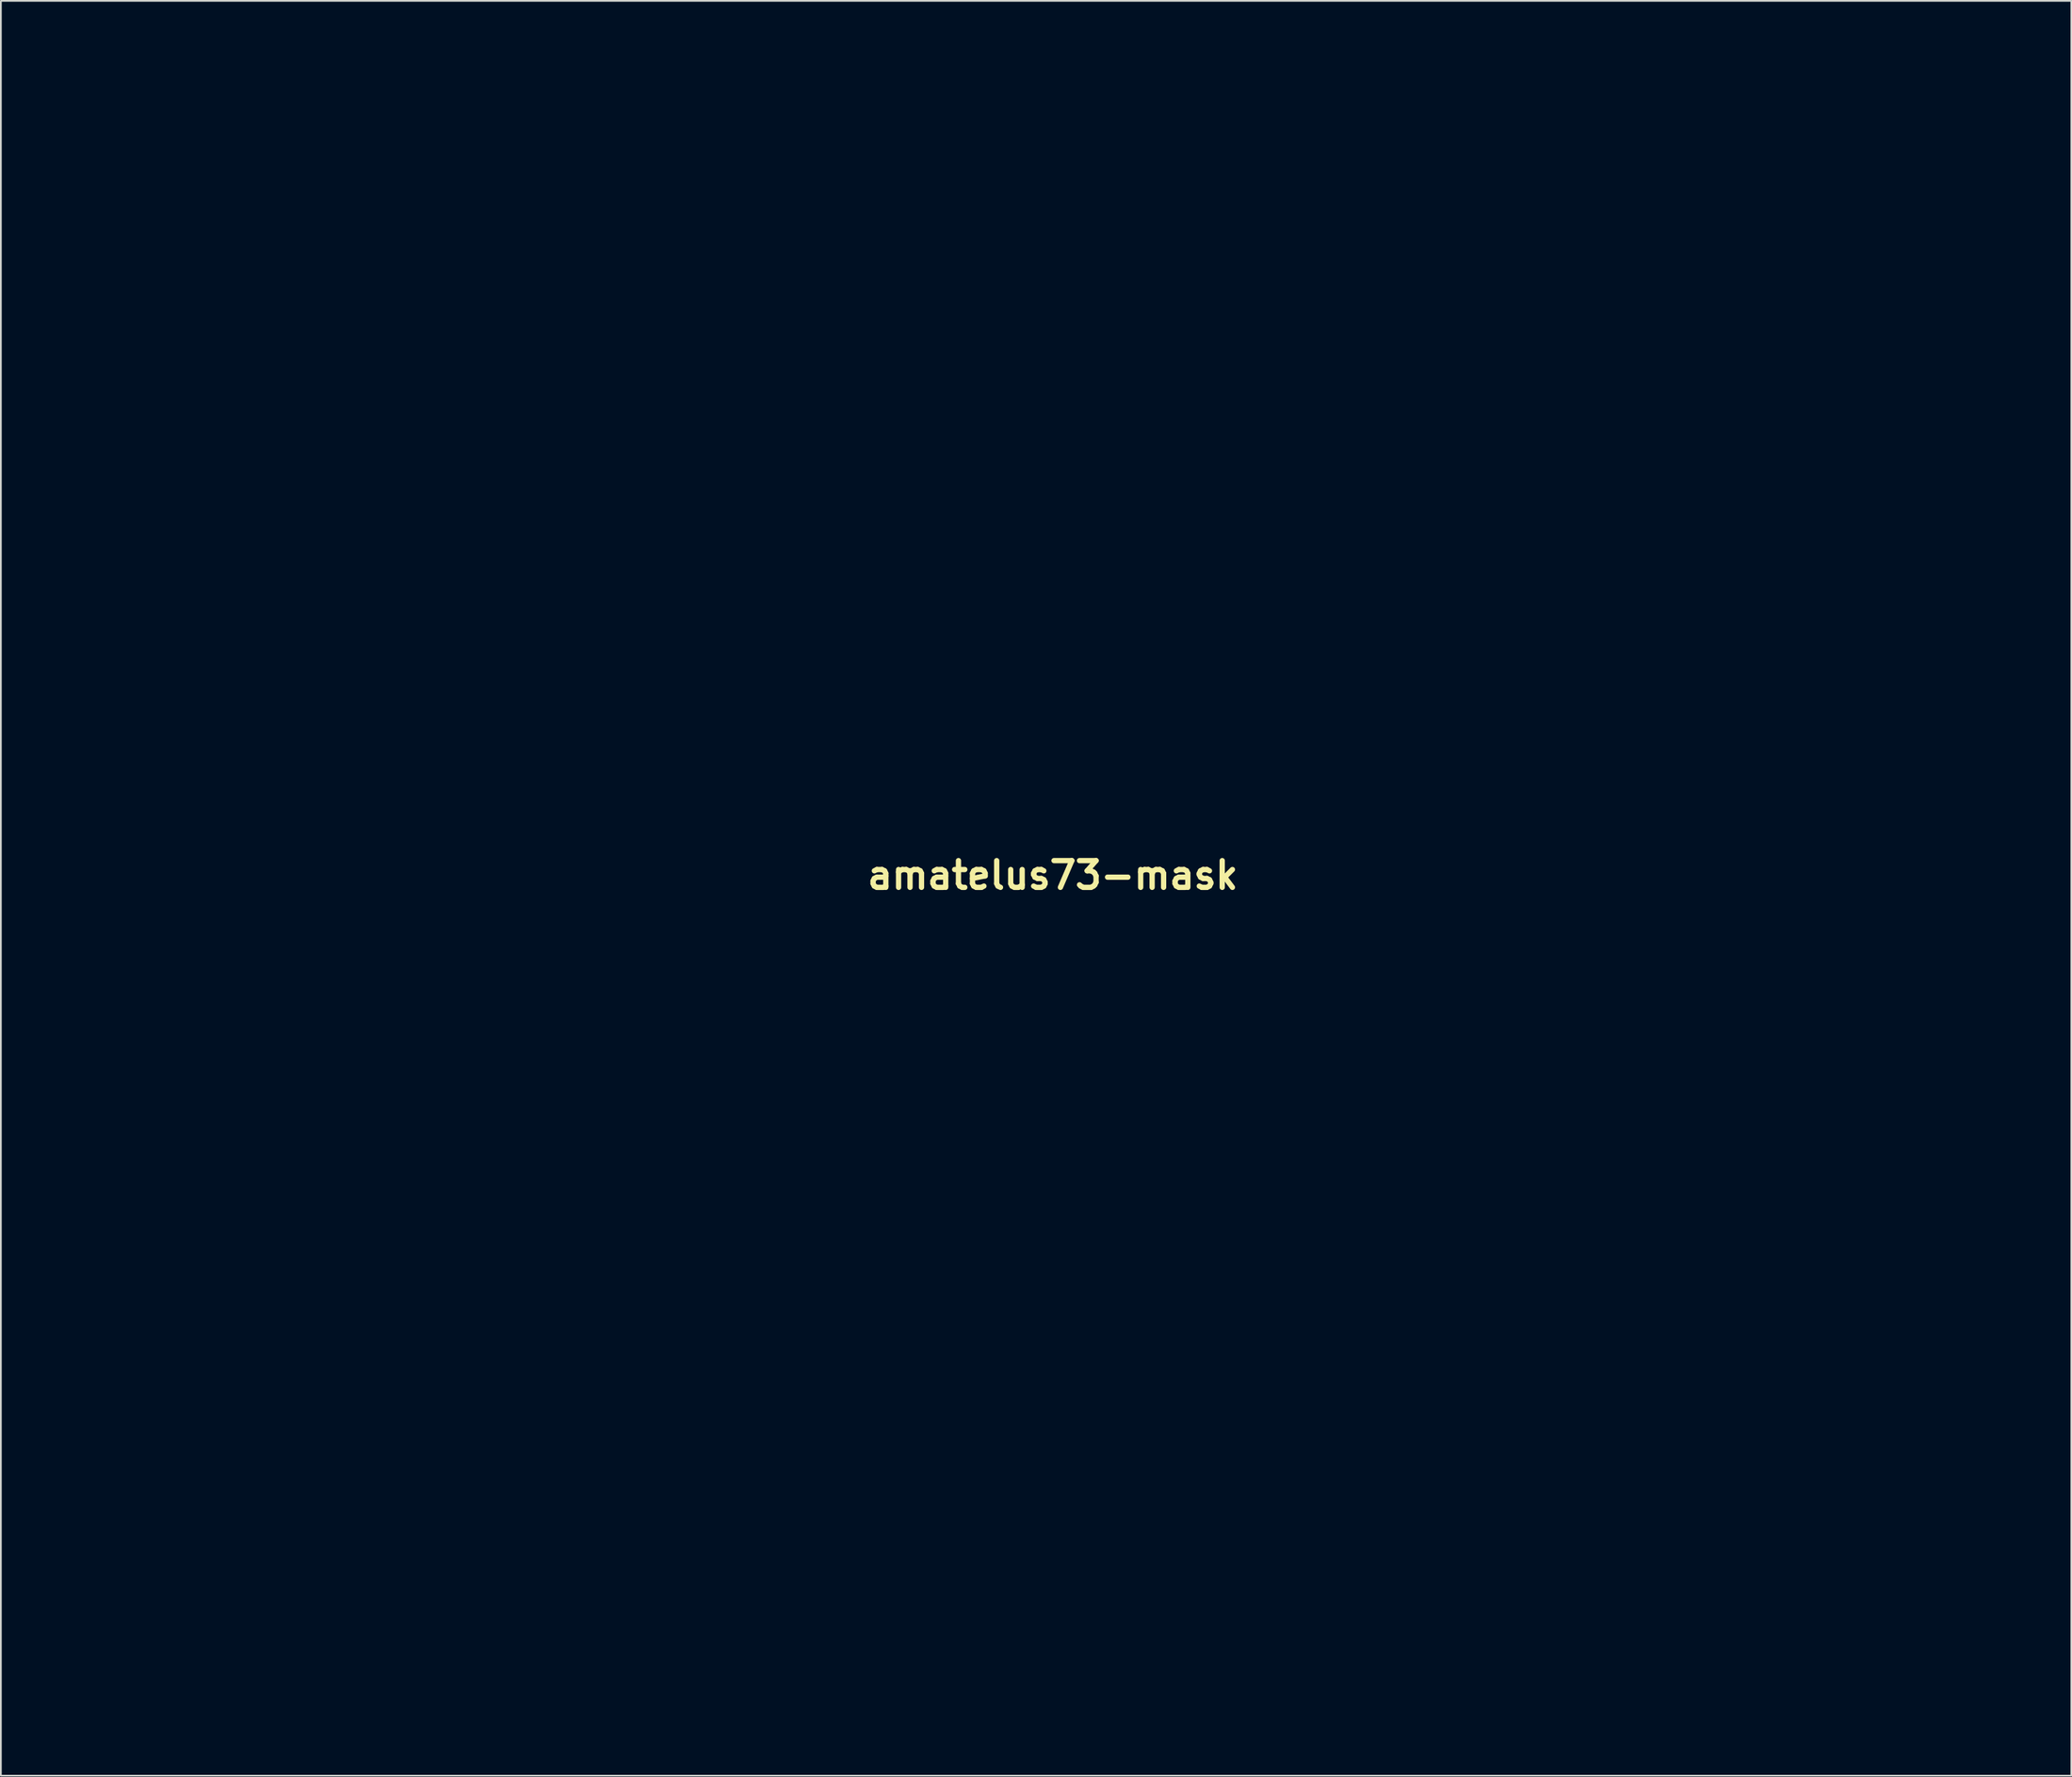
<source format=kicad_pcb>
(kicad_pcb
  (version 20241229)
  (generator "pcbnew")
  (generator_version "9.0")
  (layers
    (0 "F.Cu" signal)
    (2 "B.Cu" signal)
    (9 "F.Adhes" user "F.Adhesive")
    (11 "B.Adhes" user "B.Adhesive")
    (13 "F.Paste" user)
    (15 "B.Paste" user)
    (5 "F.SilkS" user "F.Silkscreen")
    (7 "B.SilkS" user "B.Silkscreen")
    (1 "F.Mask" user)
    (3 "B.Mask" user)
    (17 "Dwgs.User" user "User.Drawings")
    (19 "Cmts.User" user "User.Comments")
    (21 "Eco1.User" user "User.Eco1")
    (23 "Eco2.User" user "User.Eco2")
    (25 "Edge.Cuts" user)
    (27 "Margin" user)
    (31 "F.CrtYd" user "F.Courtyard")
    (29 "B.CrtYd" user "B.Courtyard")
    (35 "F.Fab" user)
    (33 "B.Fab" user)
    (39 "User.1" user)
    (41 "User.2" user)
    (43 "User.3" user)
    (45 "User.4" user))
  (footprint "amatelus73-mask"
    (layer "F.Cu")
    (at 56.908 46.824)
    (property "Reference" "amatelus73-mask" (at 0 0 0) (layer "F.SilkS") (effects (font (size 1.524 1.524) (thickness 0.3))))
    (attr through_hole)
    (fp_poly (pts (xy 4.921 6.032) (xy 6.509 6.032) (xy 6.509 7.62) (xy 5.199 7.618) (xy 3.889 7.616) (xy 3.532 7.065) (xy 3.448 6.93) (xy 3.378 6.789) (xy 3.321 6.614) (xy 3.276 6.376) (xy 3.241 6.043) (xy 3.215 5.588) (xy 3.197 4.981) (xy 3.186 4.192) (xy 3.179 3.191) (xy 3.176 1.951) (xy 3.175 0.44) (xy 3.175 -0.633) (xy 3.175 -7.779) (xy 4.921 -7.779) (xy 4.921 6.032)) (stroke (width 0.01) (type solid)) (fill yes) (layer "F.Mask"))
    (fp_poly (pts (xy 43.18 -5.152) (xy 43.178 -4.213) (xy 43.167 -3.535) (xy 43.14 -3.059) (xy 43.087 -2.731) (xy 43.002 -2.491) (xy 42.877 -2.285) (xy 42.764 -2.133) (xy 42.349 -1.587) (xy 43.18 -1.587) (xy 43.18 7.62) (xy 37.148 7.62) (xy 37.148 6.032) (xy 41.434 6.032) (xy 41.434 -1.27) (xy 37.465 -1.27) (xy 37.465 -2.857) (xy 41.434 -2.857) (xy 41.434 -6.032) (xy 36.971 -6.032) (xy 37.02 -6.787) (xy 37.068 -7.541) (xy 40.124 -7.584) (xy 43.18 -7.627) (xy 43.18 -5.152)) (stroke (width 0.01) (type solid)) (fill yes) (layer "F.Mask"))
    (fp_poly (pts (xy -10.477 -4.445) (xy -8.255 -4.445) (xy -8.255 -2.857) (xy -10.477 -2.857) (xy -10.477 1.28) (xy -10.471 2.615) (xy -10.452 3.748) (xy -10.423 4.652) (xy -10.382 5.301) (xy -10.333 5.668) (xy -10.313 5.725) (xy -10.167 5.897) (xy -9.908 5.992) (xy -9.455 6.029) (xy -9.123 6.032) (xy -8.096 6.032) (xy -8.096 7.62) (xy -10.927 7.62) (xy -11.496 6.845) (xy -12.065 6.069) (xy -12.065 -2.857) (xy -13.494 -2.857) (xy -13.494 -4.445) (xy -12.065 -4.445) (xy -12.065 -7.461) (xy -10.477 -7.461) (xy -10.477 -4.445)) (stroke (width 0.01) (type solid)) (fill yes) (layer "F.Mask"))
    (fp_poly (pts (xy 10.639 0.833) (xy 10.644 2.044) (xy 10.656 3.156) (xy 10.675 4.129) (xy 10.7 4.922) (xy 10.729 5.494) (xy 10.761 5.805) (xy 10.773 5.844) (xy 11.041 5.984) (xy 11.57 6.005) (xy 11.604 6.003) (xy 12.303 5.953) (xy 13.883 3.096) (xy 13.935 -0.437) (xy 13.987 -3.969) (xy 15.557 -3.969) (xy 15.557 7.779) (xy 13.97 7.779) (xy 13.963 6.945) (xy 13.955 6.112) (xy 13.563 6.866) (xy 13.17 7.62) (xy 11.625 7.614) (xy 10.081 7.608) (xy 9.565 6.906) (xy 9.049 6.205) (xy 9.049 -3.969) (xy 10.636 -3.969) (xy 10.639 0.833)) (stroke (width 0.01) (type solid)) (fill yes) (layer "F.Mask"))
    (fp_poly (pts (xy -38.887 -3.413) (xy -38.89 2.103) (xy -38.894 7.62) (xy -40.64 7.62) (xy -40.64 0.635) (xy -44.45 0.635) (xy -44.45 7.62) (xy -46.038 7.62) (xy -46.034 1.945) (xy -46.031 -2.209) (xy -44.451 -2.209) (xy -44.436 -1.66) (xy -44.396 -1.244) (xy -44.344 -1.058) (xy -44.152 -1.016) (xy -43.71 -0.982) (xy -43.087 -0.959) (xy -42.439 -0.953) (xy -40.64 -0.953) (xy -40.64 -2.128) (xy -40.665 -2.82) (xy -40.76 -3.403) (xy -40.957 -4.021) (xy -41.171 -4.549) (xy -41.702 -5.794) (xy -42.492 -5.841) (xy -43.282 -5.888) (xy -43.867 -4.571) (xy -44.173 -3.837) (xy -44.352 -3.258) (xy -44.435 -2.715) (xy -44.451 -2.209) (xy -46.031 -2.209) (xy -46.03 -3.731) (xy -45.198 -5.636) (xy -44.366 -7.541) (xy -42.533 -7.585) (xy -40.699 -7.63) (xy -38.887 -3.413)) (stroke (width 0.01) (type solid)) (fill yes) (layer "F.Mask"))
    (fp_poly (pts (xy 0.06 -3.11) (xy 0.794 -2.251) (xy 0.794 1.746) (xy -4.286 1.746) (xy -4.286 2.964) (xy -4.274 3.613) (xy -4.214 4.07) (xy -4.072 4.463) (xy -3.812 4.916) (xy -3.691 5.106) (xy -3.096 6.03) (xy -1.31 6.031) (xy 0.476 6.032) (xy 0.476 7.779) (xy -3.785 7.779) (xy -4.83 6.271) (xy -5.874 4.763) (xy -5.874 -0.462) (xy -4.286 -0.462) (xy -4.286 0.328) (xy -2.5 0.283) (xy -0.714 0.238) (xy -0.666 -0.6) (xy -0.667 -1.17) (xy -0.771 -1.57) (xy -0.984 -1.901) (xy -1.2 -2.144) (xy -1.429 -2.283) (xy -1.765 -2.349) (xy -2.3 -2.371) (xy -2.485 -2.372) (xy -3.62 -2.381) (xy -3.953 -1.817) (xy -4.234 -1.042) (xy -4.286 -0.462) (xy -5.874 -0.462) (xy -5.874 -1.71) (xy -5.199 -2.834) (xy -4.524 -3.957) (xy -2.599 -3.963) (xy -0.674 -3.969) (xy 0.06 -3.11)) (stroke (width 0.01) (type solid)) (fill yes) (layer "F.Mask"))
    (fp_poly (pts (xy 23.812 -2.391) (xy 21.868 -2.346) (xy 19.923 -2.302) (xy 19.876 -1.216) (xy 19.877 -0.546) (xy 19.941 -0.076) (xy 20.014 0.094) (xy 20.24 0.219) (xy 20.692 0.291) (xy 21.411 0.317) (xy 21.523 0.318) (xy 22.846 0.318) (xy 23.647 1.307) (xy 24.448 2.297) (xy 24.448 5.456) (xy 23.693 6.615) (xy 22.939 7.775) (xy 20.677 7.777) (xy 18.415 7.779) (xy 18.415 6.191) (xy 20.311 6.191) (xy 21.228 6.183) (xy 21.874 6.13) (xy 22.296 5.988) (xy 22.543 5.712) (xy 22.66 5.261) (xy 22.695 4.589) (xy 22.696 3.973) (xy 22.682 3.131) (xy 22.619 2.555) (xy 22.462 2.195) (xy 22.169 2) (xy 21.697 1.92) (xy 21.003 1.903) (xy 20.937 1.903) (xy 19.606 1.901) (xy 18.852 0.993) (xy 18.469 0.521) (xy 18.244 0.172) (xy 18.135 -0.172) (xy 18.1 -0.628) (xy 18.098 -1.11) (xy 18.104 -1.726) (xy 18.152 -2.137) (xy 18.282 -2.458) (xy 18.534 -2.801) (xy 18.824 -3.138) (xy 19.551 -3.969) (xy 23.812 -3.969) (xy 23.812 -2.391)) (stroke (width 0.01) (type solid)) (fill yes) (layer "F.Mask"))
    (fp_poly (pts (xy 33.972 -4.73) (xy 32.411 -2.563) (xy 31.887 -1.834) (xy 31.426 -1.189) (xy 31.061 -0.676) (xy 30.826 -0.339) (xy 30.755 -0.232) (xy 30.714 -0.029) (xy 30.656 0.439) (xy 30.584 1.123) (xy 30.505 1.971) (xy 30.424 2.933) (xy 30.411 3.102) (xy 30.329 4.121) (xy 30.249 5.074) (xy 30.176 5.901) (xy 30.116 6.54) (xy 30.075 6.928) (xy 30.072 6.945) (xy 29.984 7.62) (xy 29.2 7.62) (xy 28.732 7.606) (xy 28.5 7.537) (xy 28.422 7.376) (xy 28.416 7.248) (xy 28.43 6.954) (xy 28.466 6.414) (xy 28.522 5.681) (xy 28.592 4.808) (xy 28.672 3.847) (xy 28.758 2.852) (xy 28.844 1.875) (xy 28.926 0.969) (xy 29 0.187) (xy 29.061 -0.418) (xy 29.104 -0.794) (xy 29.12 -0.89) (xy 29.231 -1.072) (xy 29.496 -1.463) (xy 29.884 -2.015) (xy 30.36 -2.681) (xy 30.704 -3.156) (xy 31.219 -3.882) (xy 31.659 -4.538) (xy 31.993 -5.074) (xy 32.189 -5.44) (xy 32.226 -5.56) (xy 32.211 -5.676) (xy 32.135 -5.759) (xy 31.954 -5.815) (xy 31.622 -5.849) (xy 31.094 -5.866) (xy 30.326 -5.873) (xy 29.607 -5.874) (xy 26.988 -5.874) (xy 26.988 -7.461) (xy 33.972 -7.461) (xy 33.972 -4.73)) (stroke (width 0.01) (type solid)) (fill yes) (layer "F.Mask"))
    (fp_poly (pts (xy -19.699 -3.968) (xy -17.701 -3.967) (xy -17.185 -2.561) (xy -16.919 -1.784) (xy -16.762 -1.149) (xy -16.686 -0.512) (xy -16.667 0.256) (xy -16.634 0.994) (xy -16.543 1.96) (xy -16.404 3.071) (xy -16.226 4.246) (xy -16.192 4.445) (xy -16.039 5.363) (xy -15.906 6.185) (xy -15.802 6.855) (xy -15.737 7.316) (xy -15.718 7.501) (xy -15.781 7.679) (xy -16.022 7.761) (xy -16.416 7.779) (xy -17.116 7.779) (xy -17.3 6.628) (xy -17.44 5.784) (xy -17.554 5.245) (xy -17.666 5.002) (xy -17.799 5.046) (xy -17.978 5.368) (xy -18.225 5.96) (xy -18.334 6.236) (xy -18.945 7.779) (xy -20.509 7.779) (xy -21.228 7.774) (xy -21.693 7.752) (xy -21.968 7.698) (xy -22.116 7.599) (xy -22.2 7.443) (xy -22.209 7.422) (xy -22.552 6.504) (xy -22.803 5.794) (xy -22.976 5.21) (xy -23.086 4.672) (xy -23.146 4.098) (xy -23.172 3.407) (xy -23.179 2.518) (xy -23.179 2.015) (xy -23.181 -0.399) (xy -21.61 -0.399) (xy -21.555 2.301) (xy -21.528 3.369) (xy -21.489 4.172) (xy -21.436 4.763) (xy -21.361 5.194) (xy -21.26 5.518) (xy -21.222 5.605) (xy -21.017 5.989) (xy -20.804 6.151) (xy -20.468 6.168) (xy -20.38 6.161) (xy -20.146 6.132) (xy -19.965 6.061) (xy -19.804 5.898) (xy -19.628 5.596) (xy -19.405 5.106) (xy -19.101 4.38) (xy -19.037 4.225) (xy -18.715 3.439) (xy -18.497 2.854) (xy -18.362 2.379) (xy -18.29 1.923) (xy -18.261 1.394) (xy -18.255 0.703) (xy -18.255 0.653) (xy -18.283 -0.391) (xy -18.371 -1.184) (xy -18.525 -1.786) (xy -18.795 -2.54) (xy -20.608 -2.54) (xy -21.109 -1.469) (xy -21.61 -0.399) (xy -23.181 -0.399) (xy -23.181 -0.714) (xy -22.439 -2.342) (xy -21.697 -3.969) (xy -19.699 -3.968)) (stroke (width 0.01) (type solid)) (fill yes) (layer "F.Mask"))
    (fp_poly (pts (xy -35.282 -4.097) (xy -34.528 -4.048) (xy -34.547 -3.413) (xy -34.549 -3.037) (xy -34.512 -2.944) (xy -34.42 -3.101) (xy -34.405 -3.132) (xy -34.182 -3.438) (xy -33.989 -3.559) (xy -33.601 -3.654) (xy -33.091 -3.758) (xy -32.552 -3.853) (xy -32.078 -3.925) (xy -31.761 -3.958) (xy -31.685 -3.951) (xy -31.589 -3.786) (xy -31.399 -3.427) (xy -31.234 -3.103) (xy -30.838 -2.316) (xy -30.517 -2.944) (xy -30.35 -3.247) (xy -30.176 -3.446) (xy -29.92 -3.582) (xy -29.506 -3.692) (xy -28.859 -3.818) (xy -28.817 -3.825) (xy -28.253 -3.936) (xy -27.856 -4.001) (xy -27.572 -3.982) (xy -27.342 -3.846) (xy -27.113 -3.556) (xy -26.826 -3.076) (xy -26.428 -2.372) (xy -26.369 -2.27) (xy -25.712 -1.127) (xy -25.797 7.699) (xy -26.551 7.748) (xy -27.305 7.796) (xy -27.305 3.575) (xy -27.306 2.308) (xy -27.31 1.316) (xy -27.321 0.556) (xy -27.343 -0.012) (xy -27.378 -0.431) (xy -27.43 -0.744) (xy -27.503 -0.993) (xy -27.598 -1.22) (xy -27.699 -1.423) (xy -27.964 -1.925) (xy -28.167 -2.198) (xy -28.385 -2.3) (xy -28.696 -2.288) (xy -28.848 -2.266) (xy -29.228 -2.139) (xy -29.54 -1.841) (xy -29.761 -1.502) (xy -29.883 -1.287) (xy -29.978 -1.083) (xy -30.048 -0.847) (xy -30.098 -0.538) (xy -30.131 -0.113) (xy -30.15 0.471) (xy -30.159 1.255) (xy -30.162 2.283) (xy -30.163 3.243) (xy -30.163 7.303) (xy -31.75 7.303) (xy -31.75 3.328) (xy -31.751 2.103) (xy -31.756 1.15) (xy -31.768 0.427) (xy -31.792 -0.111) (xy -31.831 -0.507) (xy -31.889 -0.806) (xy -31.97 -1.052) (xy -32.077 -1.288) (xy -32.15 -1.434) (xy -32.424 -1.913) (xy -32.663 -2.154) (xy -32.932 -2.222) (xy -32.942 -2.223) (xy -33.171 -2.176) (xy -33.377 -1.999) (xy -33.609 -1.632) (xy -33.852 -1.151) (xy -34.369 -0.079) (xy -34.449 3.81) (xy -34.528 7.699) (xy -35.282 7.748) (xy -36.036 7.796) (xy -36.036 -4.145) (xy -35.282 -4.097)) (stroke (width 0.01) (type solid)) (fill yes) (layer "F.Mask"))
    (fp_poly (pts (xy 32.498 11.787) (xy 55.007 11.827) (xy 53.419 12.779) (xy 25.849 12.938) (xy 27.658 14.446) (xy 28.983 15.552) (xy 30.328 16.676) (xy 31.669 17.798) (xy 32.982 18.898) (xy 34.241 19.953) (xy 35.421 20.945) (xy 36.499 21.851) (xy 37.449 22.652) (xy 38.247 23.326) (xy 38.868 23.853) (xy 39.288 24.212) (xy 39.449 24.353) (xy 40.084 24.922) (xy 38.814 24.464) (xy 38.339 24.29) (xy 37.7 24.05) (xy 36.883 23.74) (xy 35.87 23.352) (xy 34.644 22.88) (xy 33.19 22.317) (xy 31.491 21.658) (xy 29.531 20.896) (xy 27.292 20.024) (xy 27.146 19.968) (xy 24.667 19.002) (xy 22.468 18.147) (xy 20.534 17.396) (xy 18.851 16.743) (xy 17.402 16.183) (xy 16.174 15.71) (xy 15.149 15.318) (xy 14.315 15.001) (xy 13.654 14.753) (xy 13.153 14.57) (xy 12.795 14.444) (xy 12.567 14.37) (xy 12.452 14.342) (xy 12.431 14.344) (xy 12.471 14.506) (xy 12.616 14.954) (xy 12.863 15.674) (xy 13.208 16.656) (xy 13.645 17.886) (xy 14.171 19.352) (xy 14.78 21.042) (xy 15.47 22.944) (xy 16.235 25.045) (xy 17.07 27.334) (xy 17.972 29.797) (xy 18.252 30.559) (xy 19.139 32.982) (xy 19.919 35.122) (xy 20.591 36.976) (xy 21.155 38.544) (xy 21.609 39.822) (xy 21.954 40.81) (xy 22.188 41.506) (xy 22.311 41.908) (xy 22.33 42.017) (xy 22.289 41.991) (xy 22.183 41.881) (xy 22.002 41.675) (xy 21.736 41.361) (xy 21.376 40.927) (xy 20.91 40.361) (xy 20.331 39.649) (xy 19.627 38.782) (xy 18.789 37.745) (xy 17.807 36.527) (xy 16.67 35.116) (xy 15.37 33.499) (xy 13.896 31.665) (xy 12.239 29.601) (xy 11.351 28.496) (xy 9.882 26.667) (xy 8.6 25.075) (xy 7.494 23.708) (xy 6.555 22.553) (xy 5.773 21.597) (xy 5.137 20.829) (xy 4.637 20.237) (xy 4.264 19.808) (xy 4.007 19.53) (xy 3.856 19.39) (xy 3.811 19.367) (xy 3.778 19.396) (xy 3.737 19.497) (xy 3.683 19.695) (xy 3.612 20.011) (xy 3.519 20.469) (xy 3.401 21.092) (xy 3.252 21.904) (xy 3.069 22.928) (xy 2.847 24.186) (xy 2.582 25.702) (xy 2.269 27.499) (xy 2.137 28.258) (xy 1.718 30.671) (xy 1.348 32.799) (xy 1.023 34.665) (xy 0.739 36.298) (xy 0.491 37.722) (xy 0.274 38.965) (xy 0.084 40.052) (xy -0.084 41.01) (xy -0.235 41.864) (xy -0.372 42.641) (xy -0.501 43.368) (xy -0.627 44.07) (xy -0.738 44.688) (xy -0.968 45.934) (xy -1.167 46.931) (xy -1.33 47.667) (xy -1.456 48.128) (xy -1.54 48.303) (xy -1.58 48.179) (xy -1.583 48.117) (xy -1.607 47.917) (xy -1.675 47.437) (xy -1.781 46.711) (xy -1.921 45.772) (xy -2.09 44.653) (xy -2.281 43.389) (xy -2.491 42.012) (xy -2.614 41.212) (xy -2.879 39.482) (xy -3.17 37.584) (xy -3.473 35.601) (xy -3.776 33.617) (xy -4.066 31.712) (xy -4.331 29.972) (xy -4.519 28.734) (xy -4.865 26.47) (xy -5.168 24.513) (xy -5.429 22.863) (xy -5.648 21.522) (xy -5.824 20.49) (xy -5.957 19.77) (xy -6.047 19.362) (xy -6.084 19.263) (xy -6.14 19.28) (xy -6.266 19.387) (xy -6.474 19.597) (xy -6.775 19.923) (xy -7.179 20.379) (xy -7.697 20.977) (xy -8.341 21.729) (xy -9.122 22.65) (xy -10.05 23.751) (xy -11.136 25.045) (xy -12.393 26.546) (xy -13.83 28.266) (xy -15.411 30.163) (xy -17.049 32.127) (xy -18.496 33.861) (xy -19.763 35.378) (xy -20.862 36.692) (xy -21.804 37.818) (xy -22.602 38.768) (xy -23.266 39.556) (xy -23.809 40.197) (xy -24.242 40.703) (xy -24.577 41.089) (xy -24.825 41.369) (xy -24.998 41.556) (xy -25.108 41.663) (xy -25.166 41.706) (xy -25.181 41.706) (xy -25.184 41.677) (xy -25.166 41.602) (xy -25.121 41.459) (xy -25.041 41.232) (xy -24.92 40.901) (xy -24.749 40.448) (xy -24.522 39.854) (xy -24.233 39.101) (xy -23.872 38.17) (xy -23.435 37.042) (xy -22.912 35.699) (xy -22.298 34.122) (xy -21.585 32.292) (xy -20.766 30.192) (xy -20.476 29.448) (xy -19.514 26.982) (xy -18.661 24.794) (xy -17.911 22.869) (xy -17.258 21.189) (xy -16.695 19.739) (xy -16.215 18.5) (xy -15.813 17.457) (xy -15.481 16.592) (xy -15.214 15.89) (xy -15.005 15.333) (xy -14.847 14.904) (xy -14.735 14.588) (xy -14.662 14.366) (xy -14.62 14.224) (xy -14.605 14.143) (xy -14.605 14.131) (xy -14.739 14.115) (xy -15.092 14.2) (xy -15.587 14.368) (xy -15.597 14.372) (xy -15.992 14.52) (xy -16.639 14.76) (xy -17.494 15.076) (xy -18.512 15.451) (xy -19.646 15.869) (xy -20.853 16.312) (xy -21.431 16.525) (xy -22.866 17.052) (xy -24.438 17.63) (xy -26.06 18.226) (xy -27.644 18.81) (xy -29.103 19.348) (xy -30.321 19.798) (xy -32.015 20.422) (xy -33.704 21.042) (xy -35.344 21.642) (xy -36.892 22.206) (xy -38.306 22.719) (xy -39.542 23.164) (xy -40.558 23.526) (xy -41.167 23.741) (xy -41.683 23.905) (xy -42.05 23.991) (xy -42.2 23.984) (xy -42.199 23.974) (xy -42.067 23.843) (xy -41.717 23.538) (xy -41.179 23.085) (xy -40.482 22.508) (xy -39.656 21.832) (xy -38.732 21.082) (xy -38.499 20.895) (xy -36.626 20.895) (xy -36.456 20.876) (xy -36.089 20.761) (xy -35.783 20.645) (xy -35.455 20.518) (xy -34.869 20.297) (xy -34.063 19.997) (xy -33.077 19.631) (xy -31.951 19.215) (xy -30.724 18.763) (xy -29.527 18.324) (xy -28.071 17.79) (xy -26.529 17.224) (xy -24.971 16.651) (xy -23.466 16.097) (xy -22.086 15.589) (xy -20.899 15.151) (xy -20.399 14.967) (xy -18.862 14.399) (xy -17.593 13.936) (xy -16.564 13.571) (xy -15.748 13.297) (xy -15.116 13.108) (xy -14.638 12.996) (xy -14.287 12.957) (xy -14.034 12.982) (xy -13.851 13.066) (xy -13.709 13.201) (xy -13.579 13.382) (xy -13.571 13.395) (xy -13.477 13.559) (xy -13.428 13.734) (xy -13.435 13.965) (xy -13.509 14.296) (xy -13.662 14.771) (xy -13.904 15.432) (xy -14.247 16.325) (xy -14.443 16.828) (xy -14.768 17.663) (xy -15.174 18.706) (xy -15.625 19.867) (xy -16.088 21.057) (xy -16.528 22.188) (xy -16.542 22.225) (xy -17.013 23.437) (xy -17.555 24.83) (xy -18.123 26.289) (xy -18.672 27.698) (xy -19.139 28.892) (xy -19.778 30.53) (xy -20.31 31.897) (xy -20.745 33.016) (xy -21.092 33.913) (xy -21.359 34.612) (xy -21.557 35.138) (xy -21.694 35.514) (xy -21.78 35.766) (xy -21.823 35.917) (xy -21.833 35.992) (xy -21.827 36.011) (xy -21.792 36.016) (xy -21.722 35.97) (xy -21.598 35.851) (xy -21.402 35.639) (xy -21.116 35.311) (xy -20.721 34.847) (xy -20.198 34.225) (xy -19.53 33.424) (xy -18.698 32.422) (xy -17.684 31.199) (xy -17.602 31.1) (xy -15.857 28.996) (xy -14.302 27.123) (xy -12.926 25.47) (xy -11.717 24.023) (xy -10.664 22.769) (xy -9.754 21.694) (xy -8.978 20.787) (xy -8.322 20.032) (xy -7.776 19.418) (xy -7.329 18.931) (xy -6.968 18.558) (xy -6.683 18.286) (xy -6.461 18.102) (xy -6.292 17.992) (xy -6.164 17.944) (xy -6.113 17.939) (xy -5.802 17.951) (xy -5.556 18.011) (xy -5.359 18.157) (xy -5.196 18.425) (xy -5.051 18.851) (xy -4.911 19.473) (xy -4.759 20.328) (xy -4.58 21.451) (xy -4.534 21.749) (xy -4.052 24.872) (xy -3.617 27.698) (xy -3.228 30.242) (xy -2.881 32.522) (xy -2.575 34.552) (xy -2.307 36.35) (xy -2.13 37.544) (xy -1.97 38.618) (xy -1.82 39.594) (xy -1.688 40.426) (xy -1.58 41.069) (xy -1.504 41.475) (xy -1.475 41.593) (xy -1.431 41.621) (xy -1.37 41.509) (xy -1.289 41.235) (xy -1.182 40.779) (xy -1.047 40.121) (xy -0.879 39.24) (xy -0.674 38.116) (xy -0.427 36.728) (xy -0.136 35.057) (xy 0.011 34.211) (xy 0.481 31.499) (xy 0.902 29.087) (xy 1.278 26.959) (xy 1.61 25.101) (xy 1.903 23.499) (xy 2.158 22.137) (xy 2.378 21.002) (xy 2.567 20.078) (xy 2.726 19.353) (xy 2.86 18.81) (xy 2.97 18.436) (xy 3.059 18.216) (xy 3.113 18.144) (xy 3.279 18.028) (xy 3.435 17.948) (xy 3.598 17.919) (xy 3.785 17.959) (xy 4.012 18.084) (xy 4.295 18.31) (xy 4.651 18.654) (xy 5.095 19.133) (xy 5.644 19.764) (xy 6.314 20.562) (xy 7.122 21.545) (xy 8.084 22.729) (xy 9.216 24.13) (xy 10.239 25.4) (xy 11.826 27.369) (xy 13.224 29.102) (xy 14.444 30.613) (xy 15.497 31.915) (xy 16.393 33.02) (xy 17.141 33.94) (xy 17.754 34.689) (xy 18.24 35.28) (xy 18.61 35.724) (xy 18.875 36.035) (xy 19.045 36.225) (xy 19.13 36.308) (xy 19.144 36.312) (xy 19.103 36.157) (xy 18.963 35.736) (xy 18.736 35.079) (xy 18.432 34.219) (xy 18.065 33.187) (xy 17.643 32.015) (xy 17.179 30.733) (xy 16.968 30.156) (xy 16.042 27.613) (xy 15.218 25.351) (xy 14.493 23.354) (xy 13.86 21.607) (xy 13.313 20.093) (xy 12.847 18.796) (xy 12.456 17.7) (xy 12.134 16.787) (xy 11.876 16.043) (xy 11.675 15.45) (xy 11.525 14.994) (xy 11.422 14.656) (xy 11.359 14.422) (xy 11.335 14.303) (xy 11.344 13.719) (xy 11.586 13.349) (xy 12.053 13.204) (xy 12.38 13.219) (xy 12.644 13.292) (xy 13.171 13.469) (xy 13.928 13.738) (xy 14.883 14.089) (xy 16.004 14.507) (xy 17.257 14.982) (xy 18.611 15.502) (xy 19.774 15.952) (xy 22.2 16.897) (xy 24.347 17.733) (xy 26.232 18.466) (xy 27.87 19.102) (xy 29.279 19.648) (xy 30.475 20.111) (xy 31.475 20.496) (xy 32.294 20.809) (xy 32.95 21.058) (xy 33.46 21.249) (xy 33.839 21.387) (xy 34.104 21.48) (xy 34.273 21.533) (xy 34.36 21.553) (xy 34.382 21.551) (xy 34.293 21.432) (xy 34.007 21.158) (xy 33.572 20.774) (xy 33.214 20.471) (xy 32.381 19.773) (xy 31.459 18.996) (xy 30.484 18.171) (xy 29.493 17.329) (xy 28.523 16.503) (xy 27.611 15.722) (xy 26.794 15.02) (xy 26.109 14.428) (xy 25.593 13.976) (xy 25.283 13.697) (xy 25.281 13.696) (xy 24.915 13.325) (xy 24.67 13.021) (xy 24.606 12.883) (xy 24.518 12.836) (xy 24.239 12.798) (xy 23.753 12.766) (xy 23.042 12.741) (xy 22.086 12.722) (xy 20.867 12.71) (xy 19.368 12.702) (xy 17.57 12.7) (xy 17.526 12.7) (xy 10.445 12.7) (xy 9.628 13.435) (xy 7.894 14.788) (xy 6.02 15.874) (xy 4.036 16.694) (xy 1.972 17.246) (xy -0.14 17.531) (xy -2.269 17.549) (xy -4.386 17.3) (xy -6.458 16.784) (xy -8.455 16.002) (xy -10.346 14.952) (xy -12.1 13.635) (xy -12.326 13.435) (xy -13.144 12.7) (xy -20.185 12.701) (xy -27.226 12.702) (xy -27.475 13.138) (xy -27.675 13.372) (xy -28.082 13.763) (xy -28.651 14.27) (xy -29.338 14.854) (xy -30.094 15.472) (xy -31.591 16.674) (xy -32.916 17.746) (xy -34.058 18.678) (xy -35.005 19.459) (xy -35.746 20.081) (xy -36.27 20.534) (xy -36.564 20.809) (xy -36.626 20.895) (xy -38.499 20.895) (xy -38.179 20.637) (xy -36.421 19.222) (xy -34.894 17.992) (xy -33.583 16.935) (xy -32.473 16.038) (xy -31.547 15.288) (xy -30.79 14.671) (xy -30.186 14.176) (xy -29.72 13.788) (xy -29.375 13.495) (xy -29.135 13.284) (xy -28.986 13.143) (xy -28.91 13.057) (xy -28.892 13.019) (xy -29.047 12.998) (xy -29.496 12.977) (xy -30.216 12.956) (xy -31.184 12.936) (xy -32.376 12.916) (xy -33.769 12.897) (xy -35.34 12.879) (xy -37.065 12.863) (xy -38.921 12.849) (xy -40.885 12.837) (xy -42.108 12.831) (xy -44.481 12.821) (xy -46.556 12.81) (xy -48.356 12.799) (xy -49.899 12.788) (xy -51.207 12.775) (xy -52.301 12.76) (xy -53.2 12.743) (xy -53.926 12.723) (xy -54.5 12.7) (xy -54.94 12.674) (xy -55.269 12.643) (xy -55.507 12.607) (xy -55.675 12.567) (xy -55.792 12.52) (xy -55.812 12.51) (xy -56.21 12.255) (xy -56.499 12.004) (xy -56.506 11.996) (xy -56.515 11.961) (xy -56.469 11.93) (xy -56.353 11.901) (xy -56.153 11.876) (xy -55.853 11.854) (xy -55.438 11.834) (xy -54.893 11.817) (xy -54.203 11.802) (xy -53.353 11.79) (xy -52.327 11.779) (xy -51.112 11.77) (xy -49.69 11.763) (xy -48.048 11.758) (xy -46.171 11.754) (xy -44.042 11.751) (xy -41.648 11.749) (xy -38.972 11.748) (xy -36 11.748) (xy -34.688 11.748) (xy -12.664 11.748) (xy -11.769 12.52) (xy -9.913 13.919) (xy -7.909 15.04) (xy -5.771 15.874) (xy -4.8 16.147) (xy -4.018 16.283) (xy -3.013 16.372) (xy -1.876 16.415) (xy -0.697 16.411) (xy 0.433 16.361) (xy 1.422 16.265) (xy 2.101 16.143) (xy 4.082 15.528) (xy 5.938 14.675) (xy 7.727 13.555) (xy 9.003 12.568) (xy 9.989 11.746) (xy 32.498 11.787)) (stroke (width 0.01) (type solid)) (fill yes) (layer "F.Mask"))
    (fp_poly (pts (xy -0.39 -46.798) (xy -0.351 -46.63) (xy -0.27 -46.176) (xy -0.15 -45.464) (xy 0.004 -44.522) (xy 0.188 -43.377) (xy 0.398 -42.058) (xy 0.629 -40.593) (xy 0.876 -39.009) (xy 1.136 -37.335) (xy 1.404 -35.598) (xy 1.676 -33.826) (xy 1.947 -32.048) (xy 2.214 -30.29) (xy 2.471 -28.582) (xy 2.714 -26.951) (xy 2.849 -26.035) (xy 3.136 -24.111) (xy 3.394 -22.426) (xy 3.621 -20.992) (xy 3.815 -19.822) (xy 3.975 -18.926) (xy 4.097 -18.317) (xy 4.181 -18.007) (xy 4.201 -17.972) (xy 4.364 -18.002) (xy 4.597 -18.171) (xy 4.743 -18.332) (xy 5.077 -18.72) (xy 5.584 -19.316) (xy 6.249 -20.104) (xy 7.058 -21.063) (xy 7.995 -22.178) (xy 9.045 -23.431) (xy 10.193 -24.802) (xy 11.425 -26.276) (xy 12.725 -27.833) (xy 14.078 -29.456) (xy 14.08 -29.458) (xy 15.426 -31.073) (xy 16.714 -32.615) (xy 17.928 -34.068) (xy 19.055 -35.415) (xy 20.08 -36.639) (xy 20.989 -37.721) (xy 21.767 -38.646) (xy 22.4 -39.396) (xy 22.874 -39.954) (xy 23.174 -40.303) (xy 23.286 -40.425) (xy 23.286 -40.425) (xy 23.25 -40.26) (xy 23.106 -39.822) (xy 22.86 -39.133) (xy 22.522 -38.215) (xy 22.101 -37.089) (xy 21.603 -35.779) (xy 21.038 -34.307) (xy 20.415 -32.693) (xy 19.74 -30.96) (xy 19.21 -29.607) (xy 18.929 -28.891) (xy 18.551 -27.924) (xy 18.092 -26.751) (xy 17.571 -25.418) (xy 17.005 -23.968) (xy 16.412 -22.448) (xy 15.808 -20.901) (xy 15.212 -19.373) (xy 14.641 -17.909) (xy 14.113 -16.554) (xy 13.646 -15.353) (xy 13.335 -14.555) (xy 13.079 -13.875) (xy 12.88 -13.31) (xy 12.759 -12.921) (xy 12.735 -12.771) (xy 12.871 -12.792) (xy 13.237 -12.902) (xy 13.841 -13.103) (xy 14.69 -13.397) (xy 15.789 -13.787) (xy 17.146 -14.275) (xy 18.768 -14.863) (xy 20.66 -15.554) (xy 22.83 -16.351) (xy 25.284 -17.255) (xy 27.781 -18.178) (xy 28.996 -18.626) (xy 30.286 -19.101) (xy 31.566 -19.572) (xy 32.75 -20.006) (xy 33.753 -20.373) (xy 34.052 -20.482) (xy 35.064 -20.852) (xy 36.133 -21.246) (xy 37.155 -21.625) (xy 38.026 -21.95) (xy 38.318 -22.06) (xy 39.011 -22.314) (xy 39.599 -22.513) (xy 40.017 -22.636) (xy 40.195 -22.664) (xy 40.125 -22.554) (xy 39.844 -22.275) (xy 39.388 -21.858) (xy 38.794 -21.335) (xy 38.096 -20.736) (xy 37.332 -20.092) (xy 36.537 -19.433) (xy 35.747 -18.792) (xy 34.999 -18.197) (xy 34.687 -17.954) (xy 34 -17.409) (xy 33.236 -16.779) (xy 32.552 -16.194) (xy 32.507 -16.154) (xy 31.961 -15.682) (xy 31.447 -15.25) (xy 31.052 -14.934) (xy 30.965 -14.869) (xy 30.349 -14.413) (xy 29.669 -13.896) (xy 28.98 -13.362) (xy 28.338 -12.855) (xy 27.798 -12.417) (xy 27.415 -12.092) (xy 27.264 -11.949) (xy 27.182 -11.85) (xy 27.165 -11.773) (xy 27.246 -11.714) (xy 27.463 -11.669) (xy 27.85 -11.634) (xy 28.442 -11.604) (xy 29.275 -11.574) (xy 30.385 -11.541) (xy 30.583 -11.535) (xy 31.419 -11.515) (xy 32.529 -11.497) (xy 33.872 -11.48) (xy 35.405 -11.465) (xy 37.085 -11.453) (xy 38.87 -11.442) (xy 40.717 -11.435) (xy 42.584 -11.431) (xy 43.849 -11.43) (xy 45.894 -11.43) (xy 47.647 -11.428) (xy 49.13 -11.423) (xy 50.369 -11.413) (xy 51.387 -11.397) (xy 52.209 -11.373) (xy 52.858 -11.34) (xy 53.359 -11.296) (xy 53.737 -11.239) (xy 54.015 -11.167) (xy 54.218 -11.08) (xy 54.369 -10.976) (xy 54.494 -10.852) (xy 54.601 -10.726) (xy 54.609 -10.692) (xy 54.563 -10.661) (xy 54.448 -10.633) (xy 54.249 -10.608) (xy 53.952 -10.586) (xy 53.542 -10.566) (xy 53.003 -10.549) (xy 52.322 -10.534) (xy 51.482 -10.522) (xy 50.471 -10.511) (xy 49.271 -10.502) (xy 47.87 -10.495) (xy 46.251 -10.489) (xy 44.401 -10.485) (xy 42.304 -10.482) (xy 39.945 -10.48) (xy 37.31 -10.478) (xy 34.384 -10.478) (xy 31.903 -10.478) (xy 8.998 -10.477) (xy 8.19 -11.087) (xy 6.311 -12.32) (xy 4.338 -13.249) (xy 2.267 -13.878) (xy 0.091 -14.208) (xy -2.194 -14.239) (xy -2.209 -14.239) (xy -4.24 -14.019) (xy -6.132 -13.561) (xy -7.945 -12.844) (xy -9.739 -11.847) (xy -10.512 -11.332) (xy -11.737 -10.477) (xy -56.903 -10.477) (xy -56.574 -10.806) (xy -56.199 -11.061) (xy -55.705 -11.259) (xy -55.626 -11.279) (xy -55.342 -11.309) (xy -54.775 -11.336) (xy -53.961 -11.362) (xy -52.935 -11.384) (xy -51.733 -11.402) (xy -50.389 -11.416) (xy -48.939 -11.424) (xy -47.784 -11.426) (xy -45.695 -11.43) (xy -43.616 -11.439) (xy -41.569 -11.452) (xy -39.578 -11.469) (xy -37.668 -11.49) (xy -35.862 -11.514) (xy -34.185 -11.541) (xy -32.659 -11.571) (xy -31.31 -11.602) (xy -30.16 -11.635) (xy -29.234 -11.669) (xy -28.555 -11.704) (xy -28.148 -11.739) (xy -28.034 -11.772) (xy -28.171 -11.901) (xy -28.523 -12.209) (xy -29.064 -12.672) (xy -29.763 -13.267) (xy -30.595 -13.97) (xy -31.529 -14.756) (xy -32.433 -15.513) (xy -34.291 -17.067) (xy -35.915 -18.428) (xy -37.315 -19.605) (xy -38.087 -20.256) (xy -36.312 -20.256) (xy -36.208 -20.144) (xy -35.886 -19.852) (xy -35.37 -19.4) (xy -34.688 -18.812) (xy -33.864 -18.109) (xy -32.924 -17.314) (xy -31.893 -16.448) (xy -31.581 -16.186) (xy -30.521 -15.294) (xy -29.538 -14.457) (xy -28.66 -13.697) (xy -27.912 -13.039) (xy -27.323 -12.506) (xy -26.917 -12.122) (xy -26.723 -11.91) (xy -26.711 -11.886) (xy -26.7 -11.828) (xy -26.687 -11.778) (xy -26.649 -11.736) (xy -26.563 -11.699) (xy -26.409 -11.668) (xy -26.163 -11.641) (xy -25.804 -11.619) (xy -25.309 -11.599) (xy -24.658 -11.581) (xy -23.826 -11.565) (xy -22.793 -11.549) (xy -21.537 -11.533) (xy -20.035 -11.515) (xy -18.265 -11.496) (xy -16.205 -11.473) (xy -15.633 -11.467) (xy -12.296 -11.43) (xy -11.188 -12.244) (xy -9.958 -13.043) (xy -8.524 -13.798) (xy -7.001 -14.453) (xy -5.794 -14.869) (xy -5.271 -15.022) (xy -4.814 -15.133) (xy -4.361 -15.211) (xy -3.845 -15.26) (xy -3.202 -15.287) (xy -2.367 -15.299) (xy -1.349 -15.301) (xy -0.274 -15.298) (xy 0.548 -15.286) (xy 1.183 -15.257) (xy 1.695 -15.206) (xy 2.149 -15.127) (xy 2.61 -15.013) (xy 3.096 -14.871) (xy 4.365 -14.428) (xy 5.683 -13.861) (xy 6.94 -13.222) (xy 8.03 -12.562) (xy 8.354 -12.334) (xy 9.255 -11.786) (xy 10.133 -11.511) (xy 11.08 -11.486) (xy 11.398 -11.525) (xy 11.524 -11.549) (xy 13.019 -11.549) (xy 13.172 -11.523) (xy 13.608 -11.499) (xy 14.294 -11.477) (xy 15.197 -11.459) (xy 16.282 -11.445) (xy 17.515 -11.435) (xy 18.863 -11.43) (xy 19.288 -11.43) (xy 20.901 -11.432) (xy 22.222 -11.437) (xy 23.28 -11.447) (xy 24.099 -11.463) (xy 24.707 -11.485) (xy 25.131 -11.515) (xy 25.396 -11.553) (xy 25.529 -11.601) (xy 25.559 -11.646) (xy 25.604 -11.783) (xy 25.752 -11.985) (xy 26.021 -12.268) (xy 26.431 -12.65) (xy 27 -13.148) (xy 27.748 -13.776) (xy 28.693 -14.553) (xy 29.854 -15.494) (xy 31 -16.416) (xy 31.956 -17.187) (xy 32.825 -17.893) (xy 33.578 -18.51) (xy 34.186 -19.015) (xy 34.619 -19.382) (xy 34.849 -19.59) (xy 34.878 -19.626) (xy 34.718 -19.593) (xy 34.313 -19.464) (xy 33.714 -19.258) (xy 32.971 -18.993) (xy 32.453 -18.803) (xy 30.235 -17.981) (xy 28.062 -17.177) (xy 25.96 -16.4) (xy 23.953 -15.66) (xy 22.067 -14.964) (xy 20.326 -14.323) (xy 18.756 -13.746) (xy 17.382 -13.242) (xy 16.228 -12.821) (xy 15.319 -12.49) (xy 14.682 -12.261) (xy 14.646 -12.248) (xy 13.987 -12.003) (xy 13.457 -11.786) (xy 13.115 -11.623) (xy 13.019 -11.549) (xy 11.524 -11.549) (xy 11.811 -11.605) (xy 11.942 -11.687) (xy 11.849 -11.777) (xy 11.708 -11.881) (xy 11.617 -12.031) (xy 11.582 -12.253) (xy 11.61 -12.573) (xy 11.71 -13.017) (xy 11.888 -13.612) (xy 12.153 -14.385) (xy 12.511 -15.362) (xy 12.97 -16.569) (xy 13.537 -18.033) (xy 13.81 -18.733) (xy 14.265 -19.895) (xy 14.73 -21.089) (xy 15.178 -22.241) (xy 15.581 -23.278) (xy 15.91 -24.127) (xy 16.034 -24.448) (xy 16.45 -25.526) (xy 16.903 -26.694) (xy 17.375 -27.912) (xy 17.852 -29.136) (xy 18.315 -30.325) (xy 18.75 -31.437) (xy 19.14 -32.43) (xy 19.468 -33.263) (xy 19.717 -33.893) (xy 19.873 -34.279) (xy 19.894 -34.33) (xy 20.035 -34.699) (xy 20.087 -34.907) (xy 20.079 -34.925) (xy 19.968 -34.806) (xy 19.671 -34.463) (xy 19.204 -33.916) (xy 18.582 -33.182) (xy 17.823 -32.283) (xy 16.943 -31.238) (xy 15.959 -30.066) (xy 14.886 -28.787) (xy 13.741 -27.42) (xy 12.882 -26.392) (xy 11.678 -24.952) (xy 10.52 -23.569) (xy 9.426 -22.265) (xy 8.414 -21.062) (xy 7.503 -19.98) (xy 6.711 -19.042) (xy 6.057 -18.269) (xy 5.557 -17.683) (xy 5.231 -17.306) (xy 5.123 -17.185) (xy 4.611 -16.721) (xy 4.176 -16.535) (xy 3.764 -16.615) (xy 3.503 -16.788) (xy 3.434 -16.84) (xy 3.373 -16.892) (xy 3.317 -16.964) (xy 3.261 -17.077) (xy 3.203 -17.253) (xy 3.137 -17.514) (xy 3.061 -17.88) (xy 2.97 -18.373) (xy 2.861 -19.013) (xy 2.73 -19.824) (xy 2.572 -20.825) (xy 2.385 -22.039) (xy 2.165 -23.486) (xy 1.907 -25.187) (xy 1.609 -27.165) (xy 1.348 -28.892) (xy 0.989 -31.258) (xy 0.675 -33.322) (xy 0.402 -35.098) (xy 0.169 -36.6) (xy -0.026 -37.839) (xy -0.186 -38.831) (xy -0.313 -39.587) (xy -0.409 -40.12) (xy -0.476 -40.444) (xy -0.515 -40.573) (xy -0.516 -40.574) (xy -0.558 -40.442) (xy -0.644 -40.045) (xy -0.763 -39.427) (xy -0.909 -38.638) (xy -1.071 -37.724) (xy -1.082 -37.656) (xy -1.262 -36.62) (xy -1.481 -35.361) (xy -1.722 -33.972) (xy -1.971 -32.543) (xy -2.211 -31.165) (xy -2.317 -30.559) (xy -2.554 -29.199) (xy -2.828 -27.63) (xy -3.119 -25.958) (xy -3.41 -24.288) (xy -3.683 -22.724) (xy -3.824 -21.914) (xy -4.034 -20.739) (xy -4.24 -19.652) (xy -4.433 -18.696) (xy -4.602 -17.916) (xy -4.74 -17.355) (xy -4.836 -17.056) (xy -4.849 -17.033) (xy -5.224 -16.724) (xy -5.548 -16.669) (xy -5.824 -16.718) (xy -6.121 -16.895) (xy -6.499 -17.243) (xy -6.955 -17.74) (xy -7.145 -17.956) (xy -7.316 -18.149) (xy -7.481 -18.339) (xy -7.657 -18.544) (xy -7.857 -18.783) (xy -8.098 -19.075) (xy -8.394 -19.436) (xy -8.759 -19.888) (xy -9.209 -20.446) (xy -9.76 -21.132) (xy -10.425 -21.961) (xy -11.22 -22.954) (xy -12.159 -24.129) (xy -13.258 -25.504) (xy -14.532 -27.098) (xy -15.356 -28.129) (xy -16.397 -29.428) (xy -17.378 -30.649) (xy -18.282 -31.769) (xy -19.09 -32.766) (xy -19.786 -33.62) (xy -20.351 -34.307) (xy -20.767 -34.807) (xy -21.018 -35.097) (xy -21.087 -35.164) (xy -21.065 -35.037) (xy -20.959 -34.691) (xy -20.767 -34.115) (xy -20.483 -33.302) (xy -20.107 -32.241) (xy -19.633 -30.924) (xy -19.06 -29.343) (xy -18.384 -27.487) (xy -17.601 -25.349) (xy -17.066 -23.892) (xy -16.53 -22.43) (xy -16.082 -21.207) (xy -15.701 -20.164) (xy -15.366 -19.243) (xy -15.056 -18.385) (xy -14.749 -17.531) (xy -14.425 -16.622) (xy -14.062 -15.599) (xy -13.794 -14.843) (xy -13.469 -13.87) (xy -13.28 -13.14) (xy -13.224 -12.613) (xy -13.299 -12.247) (xy -13.503 -11.999) (xy -13.632 -11.917) (xy -13.728 -11.867) (xy -13.827 -11.831) (xy -13.951 -11.816) (xy -14.125 -11.832) (xy -14.371 -11.886) (xy -14.713 -11.986) (xy -15.173 -12.139) (xy -15.775 -12.355) (xy -16.543 -12.64) (xy -17.498 -13.003) (xy -18.666 -13.452) (xy -20.068 -13.995) (xy -21.728 -14.639) (xy -22.939 -15.109) (xy -23.984 -15.516) (xy -25.072 -15.94) (xy -26.113 -16.348) (xy -27.015 -16.702) (xy -27.543 -16.911) (xy -29.355 -17.626) (xy -30.996 -18.27) (xy -32.447 -18.834) (xy -33.693 -19.314) (xy -34.717 -19.703) (xy -35.502 -19.994) (xy -36.032 -20.18) (xy -36.289 -20.256) (xy -36.312 -20.256) (xy -38.087 -20.256) (xy -38.503 -20.608) (xy -39.49 -21.444) (xy -40.285 -22.124) (xy -40.9 -22.656) (xy -41.345 -23.05) (xy -41.631 -23.315) (xy -41.769 -23.459) (xy -41.779 -23.495) (xy -41.641 -23.459) (xy -41.317 -23.347) (xy -40.796 -23.158) (xy -40.07 -22.886) (xy -39.131 -22.53) (xy -37.969 -22.085) (xy -36.576 -21.548) (xy -34.942 -20.915) (xy -33.059 -20.184) (xy -30.918 -19.351) (xy -28.51 -18.412) (xy -25.827 -17.364) (xy -22.859 -16.203) (xy -22.146 -15.924) (xy -20.662 -15.345) (xy -19.265 -14.803) (xy -17.982 -14.308) (xy -16.839 -13.87) (xy -15.867 -13.502) (xy -15.092 -13.211) (xy -14.541 -13.011) (xy -14.244 -12.911) (xy -14.199 -12.902) (xy -14.238 -13.056) (xy -14.368 -13.446) (xy -14.566 -14.011) (xy -14.781 -14.605) (xy -15.066 -15.381) (xy -15.419 -16.345) (xy -15.801 -17.389) (xy -16.171 -18.402) (xy -16.263 -18.653) (xy -16.817 -20.172) (xy -17.442 -21.883) (xy -18.109 -23.709) (xy -18.791 -25.575) (xy -19.46 -27.406) (xy -20.088 -29.124) (xy -20.648 -30.655) (xy -20.874 -31.274) (xy -21.573 -33.185) (xy -22.17 -34.819) (xy -22.673 -36.197) (xy -23.089 -37.341) (xy -23.426 -38.27) (xy -23.692 -39.008) (xy -23.894 -39.573) (xy -24.039 -39.988) (xy -24.136 -40.273) (xy -24.192 -40.45) (xy -24.2 -40.481) (xy -24.309 -40.878) (xy -24.021 -40.539) (xy -23.881 -40.367) (xy -23.557 -39.966) (xy -23.064 -39.353) (xy -22.415 -38.547) (xy -21.627 -37.566) (xy -20.713 -36.429) (xy -19.689 -35.152) (xy -18.567 -33.755) (xy -17.364 -32.256) (xy -16.094 -30.672) (xy -14.777 -29.03) (xy -13.46 -27.388) (xy -12.198 -25.817) (xy -11.005 -24.336) (xy -9.897 -22.961) (xy -8.887 -21.711) (xy -7.99 -20.603) (xy -7.219 -19.654) (xy -6.59 -18.883) (xy -6.115 -18.306) (xy -5.81 -17.941) (xy -5.689 -17.807) (xy -5.689 -17.806) (xy -5.559 -17.832) (xy -5.556 -17.849) (xy -5.53 -18.032) (xy -5.453 -18.498) (xy -5.333 -19.215) (xy -5.173 -20.153) (xy -4.979 -21.283) (xy -4.757 -22.573) (xy -4.511 -23.993) (xy -4.248 -25.512) (xy -3.971 -27.101) (xy -3.687 -28.728) (xy -3.4 -30.364) (xy -3.117 -31.978) (xy -3.017 -32.544) (xy -2.749 -34.069) (xy -2.459 -35.73) (xy -2.161 -37.439) (xy -1.872 -39.109) (xy -1.606 -40.653) (xy -1.378 -41.983) (xy -1.349 -42.148) (xy -1.119 -43.5) (xy -0.934 -44.57) (xy -0.788 -45.39) (xy -0.676 -45.99) (xy -0.59 -46.401) (xy -0.524 -46.656) (xy -0.472 -46.785) (xy -0.427 -46.819) (xy -0.39 -46.798)) (stroke (width 0.01) (type solid)) (fill yes) (layer "F.Mask")))
  (gr_rect
    (start -3 -3)
    (end 114.92 98.133)
    (stroke (width 0.1) (type default))
    (fill no)
    (layer "Edge.Cuts")))
</source>
